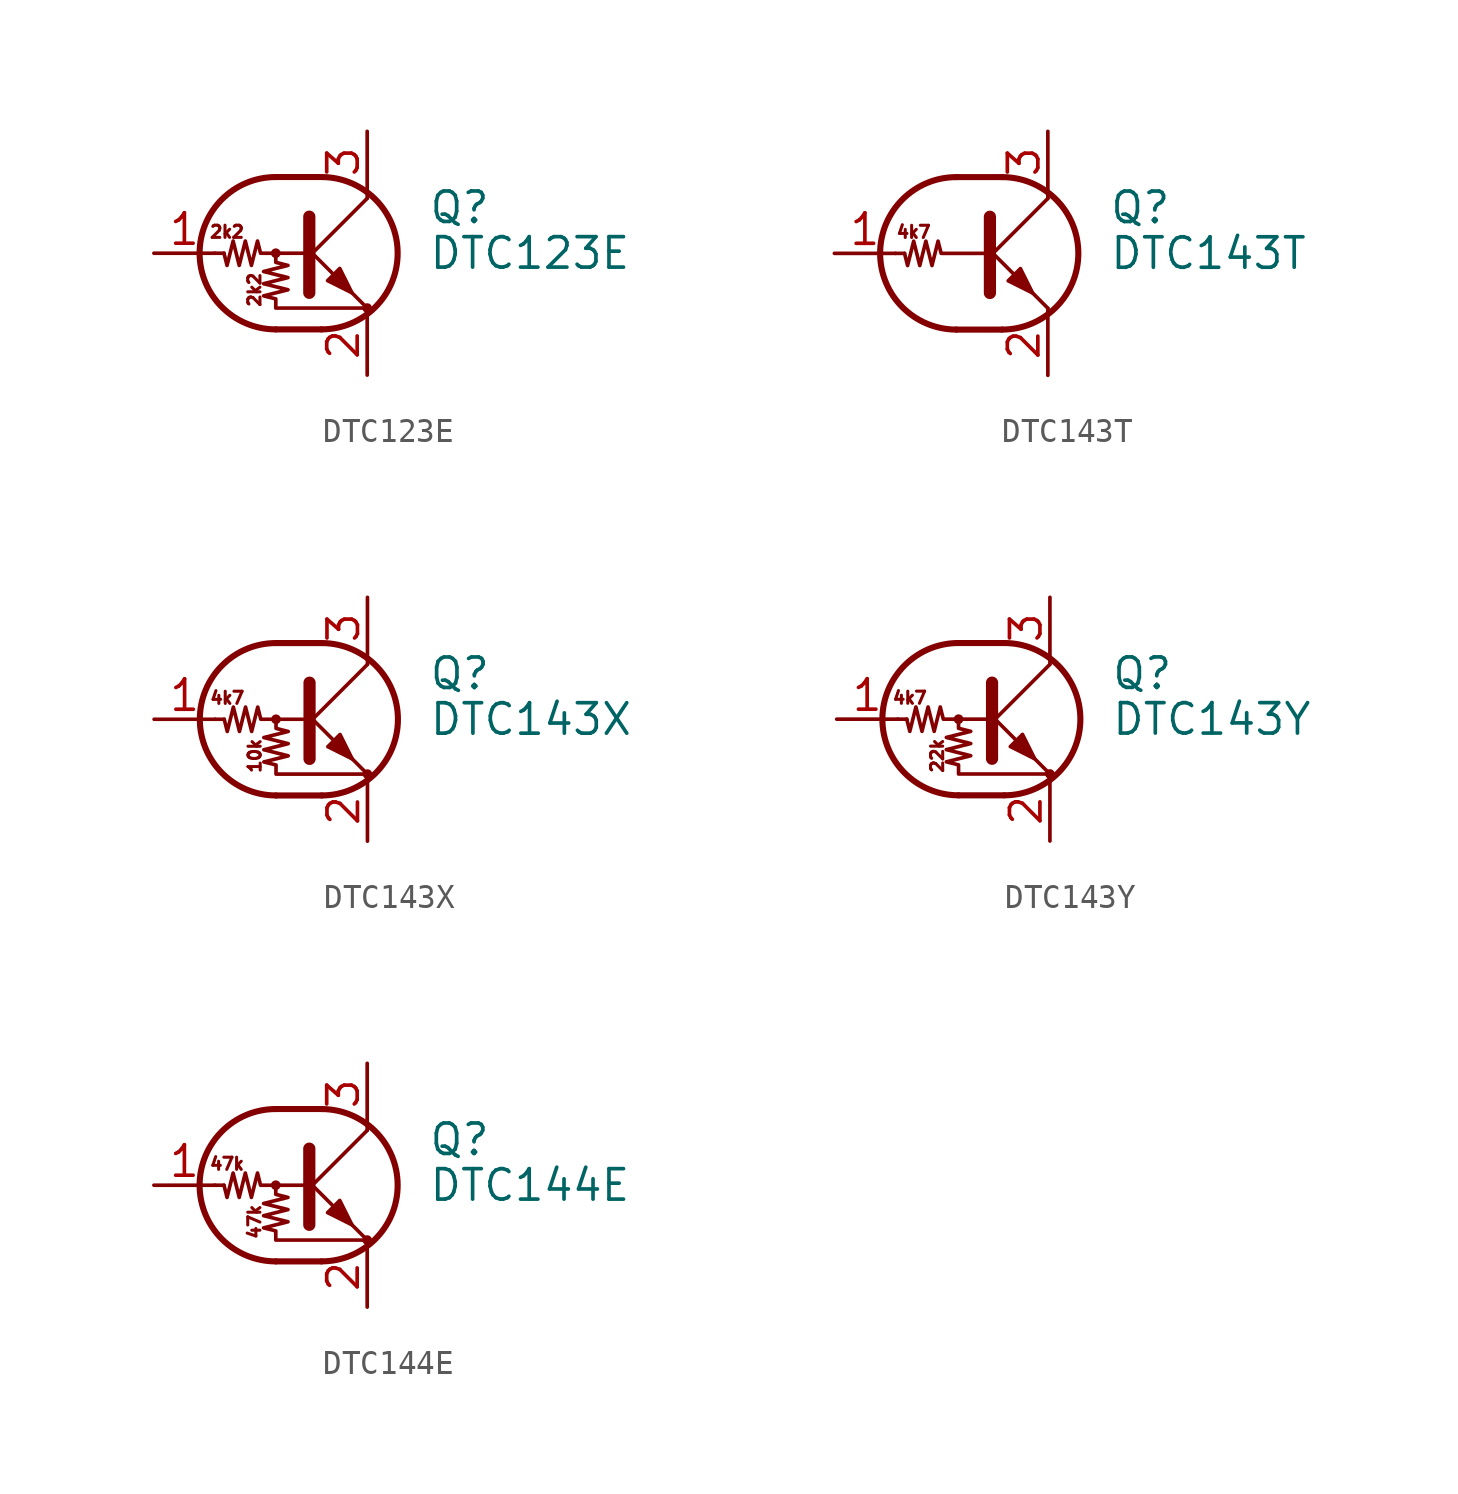
<source format=kicad_sym>
(kicad_symbol_lib
  (version 20200908)
  (generator kicad_symbol_editor)
  (symbol "Transistor_BJT:DTC123E"
    (pin_names
      (offset 0) hide)
    (property "Reference" "Q"
      (at 5.08 1.905 0)
      (effects (font (size 1.27 1.27)) (justify left)))
    (property "Value" "DTC123E"
      (at 5.08 0 0)
      (effects (font (size 1.27 1.27)) (justify left)))
    (symbol "DTC123E_0_1"
      (arc (start -1.27 3.175) (end -1.27 -3.175) (radius (at -1.27 0) (length 3.175) (angles 90.1 -90.1)) (stroke (width 0.254)) (fill (type none)))
      (arc (start 0.635 -3.175) (end 0.635 3.175) (radius (at 0.635 0) (length 3.175) (angles -89.9 89.9)) (stroke (width 0.254)) (fill (type none)))
      (circle (center -1.27 0) (radius 0.127) (stroke (width 0)) (fill (type none)))
      (circle (center 2.54 -2.286) (radius 0.127) (stroke (width 0)) (fill (type none)))
      (polyline (pts (xy -3.429 0) (xy -3.81 0)) (stroke (width 0)) (fill (type none)))
      (polyline (pts (xy -1.27 -3.175) (xy 0.635 -3.175)) (stroke (width 0.254)) (fill (type none)))
      (polyline (pts (xy -1.27 3.175) (xy 0.635 3.175)) (stroke (width 0.254)) (fill (type none)))
      (polyline (pts (xy 0 -0.254) (xy 2.54 2.286)) (stroke (width 0)) (fill (type none)))
      (polyline (pts (xy 0.127 1.524) (xy 0.127 -1.651)) (stroke (width 0.508)) (fill (type outline)))
      (polyline (pts (xy 2.54 2.286) (xy 2.54 2.54)) (stroke (width 0)) (fill (type none)))
      (polyline (pts (xy 2.54 -2.286) (xy 0 0.254) (xy 0 0.254)) (stroke (width 0)) (fill (type none)))
      (polyline (pts (xy 0.889 -1.143) (xy 1.397 -0.635) (xy 1.905 -1.651) (xy 0.889 -1.143)) (stroke (width 0)) (fill (type outline)))
      (polyline (pts (xy 0 0) (xy -1.905 0) (xy -2.032 0.508) (xy -2.286 -0.508) (xy -2.54 0.508) (xy -2.794 -0.508) (xy -3.048 0.508) (xy -3.302 -0.508) (xy -3.429 0)) (stroke (width 0)) (fill (type none)))
      (polyline (pts (xy -1.27 0) (xy -1.27 -0.381) (xy -0.762 -0.508) (xy -1.778 -0.762) (xy -0.762 -1.016) (xy -1.778 -1.27) (xy -0.762 -1.524) (xy -1.778 -1.778) (xy -1.27 -1.905) (xy -1.27 -2.286) (xy 2.54 -2.286)) (stroke (width 0)) (fill (type none))))
    (symbol "DTC123E_0_0"
      (text "2k2" (at -3.302 0.889 0) (effects (font (size 0.508 0.508))))
      (text "2k2" (at -2.159 -1.524 900) (effects (font (size 0.508 0.508)))))
    (symbol "DTC123E_1_1"
      (pin input line (at -6.35 0 0) (length 2.54) (name "B" (effects (font (size 1.27 1.27)))) (number "1" (effects (font (size 1.27 1.27)))))
      (pin passive line (at 2.54 -5.08 90) (length 2.54) (name "E" (effects (font (size 1.27 1.27)))) (number "2" (effects (font (size 1.27 1.27)))))
      (pin passive line (at 2.54 5.08 270) (length 2.54) (name "C" (effects (font (size 1.27 1.27)))) (number "3" (effects (font (size 1.27 1.27)))))))
  (symbol "Transistor_BJT:DTC143T"
    (pin_names
      (offset 0) hide)
    (property "Reference" "Q"
      (at 5.08 1.905 0)
      (effects (font (size 1.27 1.27)) (justify left)))
    (property "Value" "DTC143T"
      (at 5.08 0 0)
      (effects (font (size 1.27 1.27)) (justify left)))
    (symbol "DTC143T_0_1"
      (arc (start -1.27 3.175) (end -1.27 -3.175) (radius (at -1.27 0) (length 3.175) (angles 90.1 -90.1)) (stroke (width 0.254)) (fill (type none)))
      (arc (start 0.635 -3.175) (end 0.635 3.175) (radius (at 0.635 0) (length 3.175) (angles -89.9 89.9)) (stroke (width 0.254)) (fill (type none)))
      (polyline (pts (xy -3.429 0) (xy -3.81 0)) (stroke (width 0)) (fill (type none)))
      (polyline (pts (xy -1.27 -3.175) (xy 0.635 -3.175)) (stroke (width 0.254)) (fill (type none)))
      (polyline (pts (xy -1.27 3.175) (xy 0.635 3.175)) (stroke (width 0.254)) (fill (type none)))
      (polyline (pts (xy 0 -0.254) (xy 2.54 2.286)) (stroke (width 0)) (fill (type none)))
      (polyline (pts (xy 0.127 1.524) (xy 0.127 -1.651)) (stroke (width 0.508)) (fill (type outline)))
      (polyline (pts (xy 2.54 2.286) (xy 2.54 2.54)) (stroke (width 0)) (fill (type none)))
      (polyline (pts (xy 2.54 -2.286) (xy 0 0.254) (xy 0 0.254)) (stroke (width 0)) (fill (type none)))
      (polyline (pts (xy 0.889 -1.143) (xy 1.397 -0.635) (xy 1.905 -1.651) (xy 0.889 -1.143)) (stroke (width 0)) (fill (type outline)))
      (polyline (pts (xy 0 0) (xy -1.905 0) (xy -2.032 0.508) (xy -2.286 -0.508) (xy -2.54 0.508) (xy -2.794 -0.508) (xy -3.048 0.508) (xy -3.302 -0.508) (xy -3.429 0)) (stroke (width 0)) (fill (type none))))
    (symbol "DTC143T_0_0"
      (text "4k7" (at -3.048 0.889 0) (effects (font (size 0.508 0.508))))
      (polyline (pts (xy 2.54 -2.286) (xy 2.54 -2.54)) (stroke (width 0)) (fill (type none))))
    (symbol "DTC143T_1_1"
      (pin input line (at -6.35 0 0) (length 2.54) (name "B" (effects (font (size 1.27 1.27)))) (number "1" (effects (font (size 1.27 1.27)))))
      (pin passive line (at 2.54 -5.08 90) (length 2.54) (name "E" (effects (font (size 1.27 1.27)))) (number "2" (effects (font (size 1.27 1.27)))))
      (pin passive line (at 2.54 5.08 270) (length 2.54) (name "C" (effects (font (size 1.27 1.27)))) (number "3" (effects (font (size 1.27 1.27)))))))
  (symbol "Transistor_BJT:DTC143X"
    (pin_names
      (offset 0) hide)
    (property "Reference" "Q"
      (at 5.08 1.905 0)
      (effects (font (size 1.27 1.27)) (justify left)))
    (property "Value" "DTC143X"
      (at 5.08 0 0)
      (effects (font (size 1.27 1.27)) (justify left)))
    (symbol "DTC143X_0_1"
      (arc (start -1.27 3.175) (end -1.27 -3.175) (radius (at -1.27 0) (length 3.175) (angles 90.1 -90.1)) (stroke (width 0.254)) (fill (type none)))
      (arc (start 0.635 -3.175) (end 0.635 3.175) (radius (at 0.635 0) (length 3.175) (angles -89.9 89.9)) (stroke (width 0.254)) (fill (type none)))
      (circle (center -1.27 0) (radius 0.127) (stroke (width 0)) (fill (type none)))
      (circle (center 2.54 -2.286) (radius 0.127) (stroke (width 0)) (fill (type none)))
      (polyline (pts (xy -3.429 0) (xy -3.81 0)) (stroke (width 0)) (fill (type none)))
      (polyline (pts (xy -1.27 -3.175) (xy 0.635 -3.175)) (stroke (width 0.254)) (fill (type none)))
      (polyline (pts (xy -1.27 3.175) (xy 0.635 3.175)) (stroke (width 0.254)) (fill (type none)))
      (polyline (pts (xy 0 -0.254) (xy 2.54 2.286)) (stroke (width 0)) (fill (type none)))
      (polyline (pts (xy 0.127 1.524) (xy 0.127 -1.651)) (stroke (width 0.508)) (fill (type outline)))
      (polyline (pts (xy 2.54 2.286) (xy 2.54 2.54)) (stroke (width 0)) (fill (type none)))
      (polyline (pts (xy 2.54 -2.286) (xy 0 0.254) (xy 0 0.254)) (stroke (width 0)) (fill (type none)))
      (polyline (pts (xy 0.889 -1.143) (xy 1.397 -0.635) (xy 1.905 -1.651) (xy 0.889 -1.143)) (stroke (width 0)) (fill (type outline)))
      (polyline (pts (xy 0 0) (xy -1.905 0) (xy -2.032 0.508) (xy -2.286 -0.508) (xy -2.54 0.508) (xy -2.794 -0.508) (xy -3.048 0.508) (xy -3.302 -0.508) (xy -3.429 0)) (stroke (width 0)) (fill (type none)))
      (polyline (pts (xy -1.27 0) (xy -1.27 -0.381) (xy -0.762 -0.508) (xy -1.778 -0.762) (xy -0.762 -1.016) (xy -1.778 -1.27) (xy -0.762 -1.524) (xy -1.778 -1.778) (xy -1.27 -1.905) (xy -1.27 -2.286) (xy 2.54 -2.286)) (stroke (width 0)) (fill (type none))))
    (symbol "DTC143X_0_0"
      (text "10k" (at -2.159 -1.524 900) (effects (font (size 0.508 0.508))))
      (text "4k7" (at -3.302 0.889 0) (effects (font (size 0.508 0.508)))))
    (symbol "DTC143X_1_1"
      (pin input line (at -6.35 0 0) (length 2.54) (name "B" (effects (font (size 1.27 1.27)))) (number "1" (effects (font (size 1.27 1.27)))))
      (pin passive line (at 2.54 -5.08 90) (length 2.54) (name "E" (effects (font (size 1.27 1.27)))) (number "2" (effects (font (size 1.27 1.27)))))
      (pin passive line (at 2.54 5.08 270) (length 2.54) (name "C" (effects (font (size 1.27 1.27)))) (number "3" (effects (font (size 1.27 1.27)))))))
  (symbol "Transistor_BJT:DTC143Y"
    (pin_names
      (offset 0) hide)
    (property "Reference" "Q"
      (at 5.08 1.905 0)
      (effects (font (size 1.27 1.27)) (justify left)))
    (property "Value" "DTC143Y"
      (at 5.08 0 0)
      (effects (font (size 1.27 1.27)) (justify left)))
    (symbol "DTC143Y_0_1"
      (arc (start -1.27 3.175) (end -1.27 -3.175) (radius (at -1.27 0) (length 3.175) (angles 90.1 -90.1)) (stroke (width 0.254)) (fill (type none)))
      (arc (start 0.635 -3.175) (end 0.635 3.175) (radius (at 0.635 0) (length 3.175) (angles -89.9 89.9)) (stroke (width 0.254)) (fill (type none)))
      (circle (center -1.27 0) (radius 0.127) (stroke (width 0)) (fill (type none)))
      (circle (center 2.54 -2.286) (radius 0.127) (stroke (width 0)) (fill (type none)))
      (polyline (pts (xy -3.429 0) (xy -3.81 0)) (stroke (width 0)) (fill (type none)))
      (polyline (pts (xy -1.27 -3.175) (xy 0.635 -3.175)) (stroke (width 0.254)) (fill (type none)))
      (polyline (pts (xy -1.27 3.175) (xy 0.635 3.175)) (stroke (width 0.254)) (fill (type none)))
      (polyline (pts (xy 0 -0.254) (xy 2.54 2.286)) (stroke (width 0)) (fill (type none)))
      (polyline (pts (xy 0.127 1.524) (xy 0.127 -1.651)) (stroke (width 0.508)) (fill (type outline)))
      (polyline (pts (xy 2.54 2.286) (xy 2.54 2.54)) (stroke (width 0)) (fill (type none)))
      (polyline (pts (xy 2.54 -2.286) (xy 0 0.254) (xy 0 0.254)) (stroke (width 0)) (fill (type none)))
      (polyline (pts (xy 0.889 -1.143) (xy 1.397 -0.635) (xy 1.905 -1.651) (xy 0.889 -1.143)) (stroke (width 0)) (fill (type outline)))
      (polyline (pts (xy 0 0) (xy -1.905 0) (xy -2.032 0.508) (xy -2.286 -0.508) (xy -2.54 0.508) (xy -2.794 -0.508) (xy -3.048 0.508) (xy -3.302 -0.508) (xy -3.429 0)) (stroke (width 0)) (fill (type none)))
      (polyline (pts (xy -1.27 0) (xy -1.27 -0.381) (xy -0.762 -0.508) (xy -1.778 -0.762) (xy -0.762 -1.016) (xy -1.778 -1.27) (xy -0.762 -1.524) (xy -1.778 -1.778) (xy -1.27 -1.905) (xy -1.27 -2.286) (xy 2.54 -2.286)) (stroke (width 0)) (fill (type none))))
    (symbol "DTC143Y_0_0"
      (text "22k" (at -2.159 -1.524 900) (effects (font (size 0.508 0.508))))
      (text "4k7" (at -3.302 0.889 0) (effects (font (size 0.508 0.508)))))
    (symbol "DTC143Y_1_1"
      (pin input line (at -6.35 0 0) (length 2.54) (name "B" (effects (font (size 1.27 1.27)))) (number "1" (effects (font (size 1.27 1.27)))))
      (pin passive line (at 2.54 -5.08 90) (length 2.54) (name "E" (effects (font (size 1.27 1.27)))) (number "2" (effects (font (size 1.27 1.27)))))
      (pin passive line (at 2.54 5.08 270) (length 2.54) (name "C" (effects (font (size 1.27 1.27)))) (number "3" (effects (font (size 1.27 1.27)))))))
  (symbol "Transistor_BJT:DTC144E"
    (pin_names
      (offset 0) hide)
    (property "Reference" "Q"
      (at 5.08 1.905 0)
      (effects (font (size 1.27 1.27)) (justify left)))
    (property "Value" "DTC144E"
      (at 5.08 0 0)
      (effects (font (size 1.27 1.27)) (justify left)))
    (symbol "DTC144E_0_1"
      (arc (start -1.27 3.175) (end -1.27 -3.175) (radius (at -1.27 0) (length 3.175) (angles 90.1 -90.1)) (stroke (width 0.254)) (fill (type none)))
      (arc (start 0.635 -3.175) (end 0.635 3.175) (radius (at 0.635 0) (length 3.175) (angles -89.9 89.9)) (stroke (width 0.254)) (fill (type none)))
      (circle (center -1.27 0) (radius 0.127) (stroke (width 0)) (fill (type none)))
      (circle (center 2.54 -2.286) (radius 0.127) (stroke (width 0)) (fill (type none)))
      (polyline (pts (xy -3.429 0) (xy -3.81 0)) (stroke (width 0)) (fill (type none)))
      (polyline (pts (xy -1.27 -3.175) (xy 0.635 -3.175)) (stroke (width 0.254)) (fill (type none)))
      (polyline (pts (xy -1.27 3.175) (xy 0.635 3.175)) (stroke (width 0.254)) (fill (type none)))
      (polyline (pts (xy 0 -0.254) (xy 2.54 2.286)) (stroke (width 0)) (fill (type none)))
      (polyline (pts (xy 0.127 1.524) (xy 0.127 -1.651)) (stroke (width 0.508)) (fill (type outline)))
      (polyline (pts (xy 2.54 2.286) (xy 2.54 2.54)) (stroke (width 0)) (fill (type none)))
      (polyline (pts (xy 2.54 -2.286) (xy 0 0.254) (xy 0 0.254)) (stroke (width 0)) (fill (type none)))
      (polyline (pts (xy 0.889 -1.143) (xy 1.397 -0.635) (xy 1.905 -1.651) (xy 0.889 -1.143)) (stroke (width 0)) (fill (type outline)))
      (polyline (pts (xy 0 0) (xy -1.905 0) (xy -2.032 0.508) (xy -2.286 -0.508) (xy -2.54 0.508) (xy -2.794 -0.508) (xy -3.048 0.508) (xy -3.302 -0.508) (xy -3.429 0)) (stroke (width 0)) (fill (type none)))
      (polyline (pts (xy -1.27 0) (xy -1.27 -0.381) (xy -0.762 -0.508) (xy -1.778 -0.762) (xy -0.762 -1.016) (xy -1.778 -1.27) (xy -0.762 -1.524) (xy -1.778 -1.778) (xy -1.27 -1.905) (xy -1.27 -2.286) (xy 2.54 -2.286)) (stroke (width 0)) (fill (type none))))
    (symbol "DTC144E_0_0"
      (text "47k" (at -3.302 0.889 0) (effects (font (size 0.508 0.508))))
      (text "47k" (at -2.159 -1.524 900) (effects (font (size 0.508 0.508)))))
    (symbol "DTC144E_1_1"
      (pin input line (at -6.35 0 0) (length 2.54) (name "B" (effects (font (size 1.27 1.27)))) (number "1" (effects (font (size 1.27 1.27)))))
      (pin passive line (at 2.54 -5.08 90) (length 2.54) (name "E" (effects (font (size 1.27 1.27)))) (number "2" (effects (font (size 1.27 1.27)))))
      (pin passive line (at 2.54 5.08 270) (length 2.54) (name "C" (effects (font (size 1.27 1.27)))) (number "3" (effects (font (size 1.27 1.27))))))))
</source>
